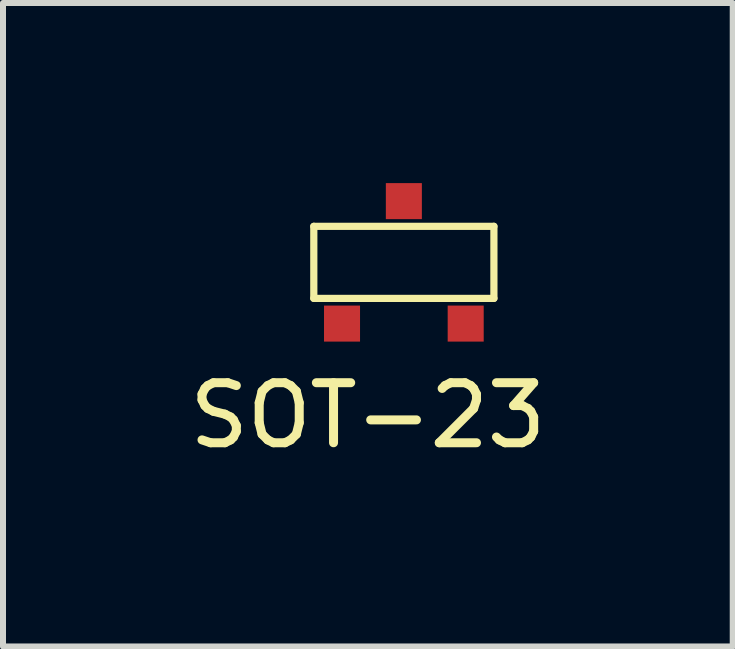
<source format=kicad_pcb>
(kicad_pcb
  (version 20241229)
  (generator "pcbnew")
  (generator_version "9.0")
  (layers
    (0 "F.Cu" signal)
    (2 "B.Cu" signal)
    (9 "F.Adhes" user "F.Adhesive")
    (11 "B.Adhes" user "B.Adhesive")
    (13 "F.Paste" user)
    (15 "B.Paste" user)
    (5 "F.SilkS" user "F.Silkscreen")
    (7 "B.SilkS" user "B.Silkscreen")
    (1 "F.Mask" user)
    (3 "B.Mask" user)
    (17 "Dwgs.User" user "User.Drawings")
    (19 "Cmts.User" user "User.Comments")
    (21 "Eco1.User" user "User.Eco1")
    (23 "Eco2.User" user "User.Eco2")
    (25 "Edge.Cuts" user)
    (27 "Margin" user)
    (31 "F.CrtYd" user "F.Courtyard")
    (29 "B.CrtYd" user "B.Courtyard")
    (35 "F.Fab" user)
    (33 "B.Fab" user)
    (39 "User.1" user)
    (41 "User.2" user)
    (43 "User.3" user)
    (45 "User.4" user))
  (footprint "SOT-23"
    (layer "F.Cu")
    (at 3.677 1.32)
    (property "Reference" "SOT-23" (at -0.6 2.55 0) (layer "F.SilkS") (effects (font (size 1 1) (thickness 0.15))))
    (attr through_hole)
    (fp_line (start -1.5 -0.6) (end -1.5 0.6) (stroke (width 0.12) (type solid)) (layer "F.SilkS"))
    (fp_line (start -1.5 0.6) (end 1.5 0.6) (stroke (width 0.12) (type solid)) (layer "F.SilkS"))
    (fp_line (start 1.5 -0.6) (end -1.5 -0.6) (stroke (width 0.12) (type solid)) (layer "F.SilkS"))
    (fp_line (start 1.5 0.6) (end 1.5 -0.6) (stroke (width 0.12) (type solid)) (layer "F.SilkS"))
    (pad "1" smd rect (at -1.03 1.02) (size 0.6 0.6) (layers "F.Cu" "F.Mask" "F.Paste"))
    (pad "2" smd rect (at 1.03 1.02) (size 0.6 0.6) (layers "F.Cu" "F.Mask" "F.Paste"))
    (pad "3" smd rect (at 0 -1.02) (size 0.6 0.6) (layers "F.Cu" "F.Mask" "F.Paste")))
  (gr_rect
    (start -3 -3)
    (end 9.155 7.718)
    (stroke (width 0.1) (type default))
    (fill no)
    (layer "Edge.Cuts")))
</source>
